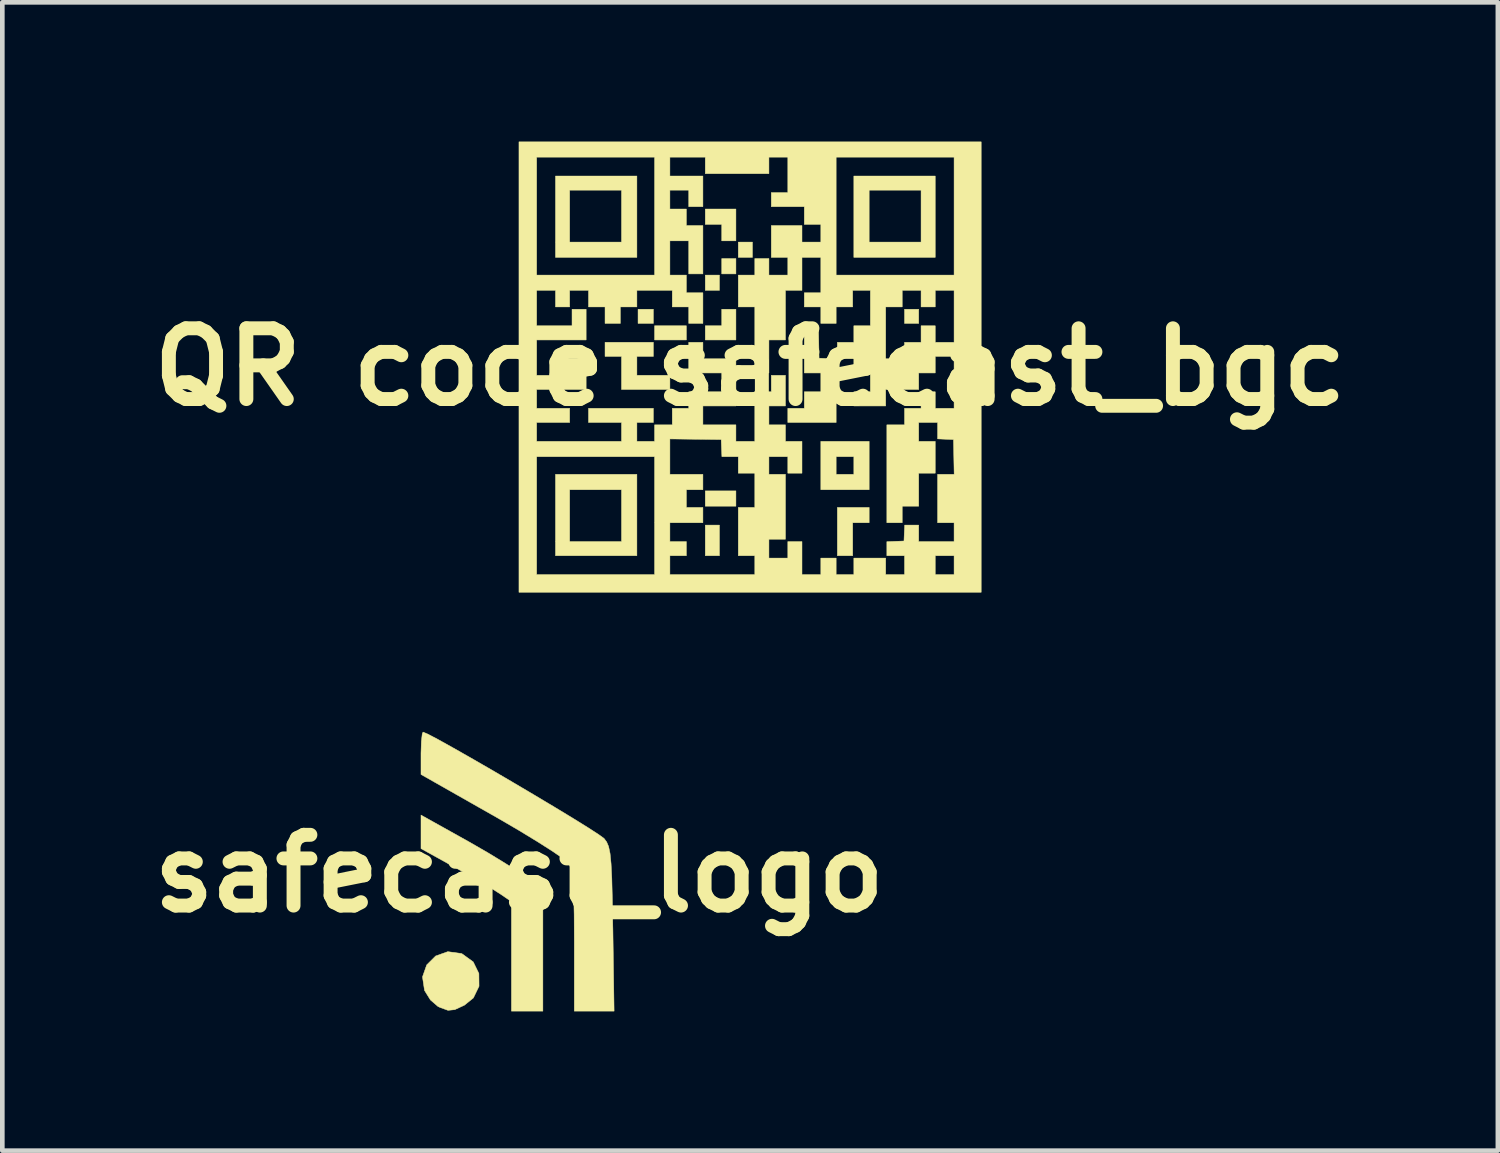
<source format=kicad_pcb>
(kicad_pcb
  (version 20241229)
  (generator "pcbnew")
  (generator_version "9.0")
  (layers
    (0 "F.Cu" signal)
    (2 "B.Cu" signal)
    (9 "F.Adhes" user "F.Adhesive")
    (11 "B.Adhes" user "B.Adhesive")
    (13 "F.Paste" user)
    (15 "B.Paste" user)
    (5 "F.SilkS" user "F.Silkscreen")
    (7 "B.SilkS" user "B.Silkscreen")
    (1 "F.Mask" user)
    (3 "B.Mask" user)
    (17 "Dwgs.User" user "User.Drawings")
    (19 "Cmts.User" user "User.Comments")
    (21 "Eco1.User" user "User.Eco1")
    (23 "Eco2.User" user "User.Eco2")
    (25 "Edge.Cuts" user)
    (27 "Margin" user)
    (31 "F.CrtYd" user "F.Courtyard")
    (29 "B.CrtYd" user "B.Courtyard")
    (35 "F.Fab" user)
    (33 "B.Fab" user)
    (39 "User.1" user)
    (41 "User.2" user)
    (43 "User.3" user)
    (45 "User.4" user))
  (footprint "QR code safecast_bgc"
    (layer "F.Cu")
    (at 13.106 4.856)
    (property "Reference" "QR code safecast_bgc" (at 0 0 0) (layer "F.SilkS") (effects (font (size 1.524 1.524) (thickness 0.3))))
    (attr through_hole)
    (fp_poly (pts (xy -2.083 -0.94) (xy -2.413 -0.94) (xy -2.413 -1.245) (xy -2.083 -1.245)) (stroke (width 0.01) (type solid)) (fill yes) (layer "F.SilkS"))
    (fp_poly (pts (xy -1.372 -0.584) (xy -2.057 -0.584) (xy -2.057 -0.889) (xy -1.372 -0.889)) (stroke (width 0.01) (type solid)) (fill yes) (layer "F.SilkS"))
    (fp_poly (pts (xy -0.66 -1.651) (xy -0.965 -1.651) (xy -0.965 -1.981) (xy -0.66 -1.981)) (stroke (width 0.01) (type solid)) (fill yes) (layer "F.SilkS"))
    (fp_poly (pts (xy -0.66 4.064) (xy -0.965 4.064) (xy -0.965 3.404) (xy -0.66 3.404)) (stroke (width 0.01) (type solid)) (fill yes) (layer "F.SilkS"))
    (fp_poly (pts (xy -0.305 -2.007) (xy -0.61 -2.007) (xy -0.61 -2.337) (xy -0.305 -2.337)) (stroke (width 0.01) (type solid)) (fill yes) (layer "F.SilkS"))
    (fp_poly (pts (xy -0.305 2.997) (xy -0.965 2.997) (xy -0.965 2.667) (xy -0.305 2.667)) (stroke (width 0.01) (type solid)) (fill yes) (layer "F.SilkS"))
    (fp_poly (pts (xy 0.051 -2.362) (xy -0.254 -2.362) (xy -0.254 -2.692) (xy 0.051 -2.692)) (stroke (width 0.01) (type solid)) (fill yes) (layer "F.SilkS"))
    (fp_poly (pts (xy 3.632 -0.94) (xy 3.327 -0.94) (xy 3.327 -1.245) (xy 3.632 -1.245)) (stroke (width 0.01) (type solid)) (fill yes) (layer "F.SilkS"))
    (fp_poly (pts (xy -0.305 -2.718) (xy -0.61 -2.718) (xy -0.61 -3.073) (xy -0.965 -3.073) (xy -0.965 -3.404) (xy -0.305 -3.404)) (stroke (width 0.01) (type solid)) (fill yes) (layer "F.SilkS"))
    (fp_poly (pts (xy -0.305 -0.584) (xy -0.965 -0.584) (xy -0.965 -0.889) (xy -0.61 -0.889) (xy -0.61 -1.245) (xy -0.305 -1.245)) (stroke (width 0.01) (type solid)) (fill yes) (layer "F.SilkS"))
    (fp_poly (pts (xy 2.565 3.353) (xy 2.21 3.353) (xy 2.21 4.064) (xy 1.88 4.064) (xy 1.88 3.023) (xy 2.565 3.023)) (stroke (width 0.01) (type solid)) (fill yes) (layer "F.SilkS"))
    (fp_poly (pts (xy -2.083 -0.229) (xy -2.438 -0.229) (xy -2.438 0.178) (xy -1.727 0.178) (xy -1.727 0.483) (xy -2.769 0.483) (xy -2.769 -0.229) (xy -3.124 -0.229) (xy -3.124 -0.533) (xy -2.083 -0.533)) (stroke (width 0.01) (type solid)) (fill yes) (layer "F.SilkS"))
    (fp_poly (pts (xy -2.438 -2.362) (xy -4.191 -2.362) (xy -4.191 -3.81) (xy -3.886 -3.81) (xy -3.886 -2.692) (xy -2.769 -2.692) (xy -2.769 -3.81) (xy -3.886 -3.81) (xy -4.191 -3.81) (xy -4.191 -4.115) (xy -2.438 -4.115)) (stroke (width 0.01) (type solid)) (fill yes) (layer "F.SilkS"))
    (fp_poly (pts (xy -2.438 4.064) (xy -4.191 4.064) (xy -4.191 2.642) (xy -3.886 2.642) (xy -3.886 3.759) (xy -2.769 3.759) (xy -2.769 2.642) (xy -3.886 2.642) (xy -4.191 2.642) (xy -4.191 2.311) (xy -2.438 2.311)) (stroke (width 0.01) (type solid)) (fill yes) (layer "F.SilkS"))
    (fp_poly (pts (xy 2.565 2.642) (xy 1.524 2.642) (xy 1.524 1.93) (xy 1.854 1.93) (xy 1.854 2.311) (xy 2.235 2.311) (xy 2.235 1.93) (xy 1.854 1.93) (xy 1.524 1.93) (xy 1.524 1.6) (xy 2.565 1.6)) (stroke (width 0.01) (type solid)) (fill yes) (layer "F.SilkS"))
    (fp_poly (pts (xy 3.988 -2.362) (xy 2.235 -2.362) (xy 2.235 -3.81) (xy 2.565 -3.81) (xy 2.565 -2.692) (xy 3.683 -2.692) (xy 3.683 -3.81) (xy 2.565 -3.81) (xy 2.235 -3.81) (xy 2.235 -4.115) (xy 3.988 -4.115)) (stroke (width 0.01) (type solid)) (fill yes) (layer "F.SilkS"))
    (fp_poly (pts (xy 1.486 -0.191) (xy 1.67 -0.183) (xy 1.854 -0.176) (xy 1.854 1.194) (xy 0.813 1.194) (xy 0.813 0.889) (xy 1.168 0.889) (xy 1.168 0.533) (xy 1.524 0.533) (xy 1.524 0.127) (xy 1.168 0.127) (xy 1.168 -0.889) (xy 1.472 -0.889)) (stroke (width 0.01) (type solid)) (fill yes) (layer "F.SilkS"))
    (fp_poly (pts (xy 4.978 4.851) (xy -4.978 4.851) (xy -4.978 1.93) (xy -4.597 1.93) (xy -4.597 4.47) (xy -2.057 4.47) (xy -2.057 2.311) (xy -1.727 2.311) (xy -1.016 2.311) (xy -1.016 2.642) (xy -1.372 2.642) (xy -1.372 3.023) (xy -1.016 3.023) (xy -1.016 3.353) (xy -1.727 3.353) (xy -1.727 3.759) (xy -1.372 3.759) (xy -1.372 4.064) (xy -1.727 4.064) (xy -1.727 4.47) (xy 0.102 4.47) (xy 0.102 4.064) (xy -0.254 4.064) (xy -0.254 3.023) (xy 0.102 3.023) (xy 0.102 2.286) (xy -0.254 2.286) (xy -0.254 1.93) (xy -0.607 1.93) (xy -0.615 1.746) (xy -0.622 1.562) (xy -1.175 1.555) (xy -1.727 1.548) (xy -1.727 2.311) (xy -2.057 2.311) (xy -2.057 1.93) (xy -4.597 1.93) (xy -4.978 1.93) (xy -4.978 -1.651) (xy -4.597 -1.651) (xy -4.597 -0.889) (xy -3.835 -0.889) (xy -3.835 -1.245) (xy -3.531 -1.245) (xy -3.531 -0.584) (xy -4.597 -0.584) (xy -4.597 0.178) (xy -4.191 0.178) (xy -4.191 -0.178) (xy -3.531 -0.178) (xy -3.531 0.483) (xy -4.597 0.483) (xy -4.597 0.889) (xy -3.886 0.889) (xy -3.886 1.194) (xy -4.597 1.194) (xy -4.597 1.6) (xy -2.769 1.6) (xy -2.769 1.194) (xy -3.48 1.194) (xy -3.48 0.889) (xy -2.083 0.889) (xy -2.083 1.194) (xy -2.438 1.194) (xy -2.438 1.6) (xy -2.057 1.6) (xy -2.057 1.245) (xy -1.676 1.245) (xy -1.676 0.889) (xy -1.321 0.889) (xy -1.321 0.533) (xy -0.61 0.533) (xy -0.61 0.127) (xy -1.321 0.127) (xy -1.321 -0.533) (xy -1.016 -0.533) (xy -1.016 -0.178) (xy -0.305 -0.178) (xy -0.305 0.838) (xy -1.016 0.838) (xy -1.016 1.245) (xy -0.305 1.245) (xy -0.305 1.6) (xy 0.102 1.6) (xy 0.102 0.533) (xy 0.457 0.533) (xy 0.457 0.178) (xy 0.762 0.178) (xy 0.762 0.838) (xy 0.406 0.838) (xy 0.406 1.245) (xy 0.762 1.245) (xy 0.762 1.6) (xy 1.118 1.6) (xy 1.118 2.286) (xy 0.813 2.286) (xy 0.813 1.93) (xy 0.406 1.93) (xy 0.406 2.311) (xy 0.762 2.311) (xy 0.762 3.708) (xy 0.406 3.708) (xy 0.406 4.115) (xy 0.813 4.115) (xy 0.813 3.759) (xy 1.118 3.759) (xy 1.118 4.47) (xy 1.524 4.47) (xy 1.524 4.115) (xy 1.854 4.115) (xy 1.854 4.47) (xy 2.235 4.47) (xy 2.235 4.115) (xy 2.921 4.115) (xy 2.921 4.47) (xy 3.327 4.47) (xy 3.327 4.064) (xy 3.988 4.064) (xy 3.988 4.47) (xy 4.394 4.47) (xy 4.394 4.064) (xy 3.988 4.064) (xy 3.327 4.064) (xy 2.946 4.064) (xy 2.946 3.761) (xy 3.131 3.754) (xy 3.315 3.747) (xy 3.322 3.575) (xy 3.33 3.404) (xy 3.632 3.404) (xy 3.632 3.759) (xy 4.394 3.759) (xy 4.394 3.353) (xy 4.039 3.353) (xy 4.039 2.311) (xy 4.396 2.311) (xy 4.381 1.562) (xy 4.039 1.547) (xy 4.039 1.194) (xy 3.632 1.194) (xy 3.632 1.6) (xy 3.988 1.6) (xy 3.988 2.286) (xy 3.632 2.286) (xy 3.632 2.997) (xy 3.277 2.997) (xy 3.277 3.353) (xy 2.946 3.353) (xy 2.946 1.245) (xy 3.327 1.245) (xy 3.327 0.889) (xy 3.683 0.889) (xy 3.683 0.533) (xy 3.988 0.533) (xy 3.988 0.889) (xy 4.394 0.889) (xy 4.394 -0.229) (xy 3.988 -0.229) (xy 3.988 0.127) (xy 3.632 0.127) (xy 3.632 0.483) (xy 2.921 0.483) (xy 2.921 0.838) (xy 2.235 0.838) (xy 2.235 0.533) (xy 2.591 0.533) (xy 2.591 0.127) (xy 2.235 0.127) (xy 2.235 -0.229) (xy 1.88 -0.229) (xy 1.88 -0.533) (xy 2.235 -0.533) (xy 2.235 -0.889) (xy 2.591 -0.889) (xy 2.591 -1.295) (xy 2.921 -1.295) (xy 2.921 -0.178) (xy 3.327 -0.178) (xy 3.327 -0.533) (xy 3.683 -0.533) (xy 3.683 -0.889) (xy 3.988 -0.889) (xy 3.988 -0.533) (xy 4.394 -0.533) (xy 4.394 -1.651) (xy 3.988 -1.651) (xy 3.988 -1.295) (xy 3.683 -1.295) (xy 3.683 -1.651) (xy 3.277 -1.651) (xy 3.277 -1.295) (xy 2.921 -1.295) (xy 2.591 -1.295) (xy 2.591 -1.651) (xy 2.21 -1.651) (xy 2.21 -1.295) (xy 1.854 -1.295) (xy 1.854 -0.94) (xy 1.524 -0.94) (xy 1.524 -1.295) (xy 1.168 -1.295) (xy 1.168 -1.6) (xy 1.524 -1.6) (xy 1.524 -2.362) (xy 1.118 -2.362) (xy 1.118 -1.651) (xy 0.762 -1.651) (xy 0.762 -0.584) (xy 0.406 -0.584) (xy 0.406 0.127) (xy 0.102 0.127) (xy 0.102 -1.295) (xy -0.254 -1.295) (xy -0.254 -1.981) (xy 0.102 -1.981) (xy 0.102 -2.337) (xy 0.406 -2.337) (xy 0.406 -1.981) (xy 0.813 -1.981) (xy 0.813 -2.362) (xy 0.457 -2.362) (xy 0.457 -3.048) (xy 1.118 -3.048) (xy 1.118 -2.692) (xy 1.524 -2.692) (xy 1.524 -3.073) (xy 1.168 -3.073) (xy 1.168 -3.454) (xy 0.457 -3.454) (xy 0.457 -3.759) (xy 0.813 -3.759) (xy 0.813 -4.521) (xy 1.854 -4.521) (xy 1.854 -1.981) (xy 4.394 -1.981) (xy 4.394 -4.521) (xy 1.854 -4.521) (xy 0.813 -4.521) (xy 0.406 -4.521) (xy 0.406 -4.166) (xy -0.965 -4.166) (xy -0.965 -4.521) (xy -1.727 -4.521) (xy -1.727 -4.115) (xy -1.016 -4.115) (xy -1.016 -3.454) (xy -1.321 -3.454) (xy -1.321 -3.81) (xy -1.727 -3.81) (xy -1.727 -3.404) (xy -1.372 -3.404) (xy -1.372 -3.048) (xy -1.016 -3.048) (xy -1.016 -2.007) (xy -1.321 -2.007) (xy -1.321 -2.718) (xy -1.727 -2.718) (xy -1.727 -1.981) (xy -1.372 -1.981) (xy -1.372 -1.6) (xy -1.016 -1.6) (xy -1.016 -0.94) (xy -1.321 -0.94) (xy -1.321 -1.295) (xy -1.676 -1.295) (xy -1.676 -1.651) (xy -2.438 -1.651) (xy -2.438 -1.295) (xy -2.794 -1.295) (xy -2.794 -0.94) (xy -3.124 -0.94) (xy -3.124 -1.295) (xy -3.48 -1.295) (xy -3.48 -1.651) (xy -3.886 -1.651) (xy -3.886 -1.295) (xy -4.191 -1.295) (xy -4.191 -1.651) (xy -4.597 -1.651) (xy -4.978 -1.651) (xy -4.978 -4.521) (xy -4.597 -4.521) (xy -4.597 -1.981) (xy -2.057 -1.981) (xy -2.057 -4.521) (xy -4.597 -4.521) (xy -4.978 -4.521) (xy -4.978 -4.851) (xy 4.978 -4.851)) (stroke (width 0.01) (type solid)) (fill yes) (layer "F.SilkS")))
  (footprint "safecast_logo"
    (layer "F.Cu")
    (at 8.135 15.766)
    (property "Reference" "safecast_logo" (at 0 0 0) (layer "F.SilkS") (effects (font (size 1.524 1.524) (thickness 0.3))))
    (attr through_hole)
    (fp_poly (pts (xy -1.244 1.722) (xy -1.234 1.727) (xy -0.992 1.902) (xy -0.87 2.152) (xy -0.867 2.427) (xy -0.989 2.679) (xy -1.182 2.835) (xy -1.389 2.931) (xy -1.535 2.946) (xy -1.703 2.885) (xy -1.751 2.863) (xy -1.914 2.722) (xy -2.041 2.518) (xy -2.085 2.226) (xy -1.994 1.967) (xy -1.801 1.775) (xy -1.54 1.682) (xy -1.244 1.722)) (stroke (width 0.01) (type solid)) (fill yes) (layer "F.SilkS"))
    (fp_poly (pts (xy -1.079 -0.681) (xy -0.675 -0.448) (xy -0.301 -0.22) (xy 0.006 -0.02) (xy 0.208 0.128) (xy 0.233 0.149) (xy 0.508 0.399) (xy 0.508 2.963) (xy -0.169 2.963) (xy -0.169 0.604) (xy -0.402 0.444) (xy -0.577 0.333) (xy -0.855 0.169) (xy -1.189 -0.023) (xy -1.376 -0.127) (xy -2.117 -0.538) (xy -2.117 -0.899) (xy -2.117 -1.26) (xy -1.079 -0.681)) (stroke (width 0.01) (type solid)) (fill yes) (layer "F.SilkS"))
    (fp_poly (pts (xy -1.974 -3.006) (xy -1.754 -2.891) (xy -1.438 -2.715) (xy -1.049 -2.494) (xy -0.61 -2.241) (xy -0.147 -1.97) (xy 0.318 -1.695) (xy 0.76 -1.431) (xy 1.156 -1.191) (xy 1.481 -0.989) (xy 1.711 -0.84) (xy 1.824 -0.758) (xy 1.827 -0.755) (xy 1.882 -0.681) (xy 1.924 -0.582) (xy 1.955 -0.434) (xy 1.977 -0.213) (xy 1.993 0.104) (xy 2.004 0.541) (xy 2.014 1.12) (xy 2.016 1.194) (xy 2.042 2.963) (xy 1.185 2.963) (xy 1.185 1.458) (xy 1.182 0.883) (xy 1.172 0.453) (xy 1.153 0.147) (xy 1.124 -0.059) (xy 1.083 -0.188) (xy 1.061 -0.224) (xy 0.952 -0.318) (xy 0.719 -0.479) (xy 0.386 -0.691) (xy -0.022 -0.939) (xy -0.482 -1.207) (xy -0.59 -1.268) (xy -2.117 -2.135) (xy -2.117 -2.592) (xy -2.109 -2.844) (xy -2.09 -3.01) (xy -2.073 -3.048) (xy -1.974 -3.006)) (stroke (width 0.01) (type solid)) (fill yes) (layer "F.SilkS")))
  (gr_rect
    (start -3 -3)
    (end 29.213 21.734)
    (stroke (width 0.1) (type default))
    (fill no)
    (layer "Edge.Cuts")))
</source>
